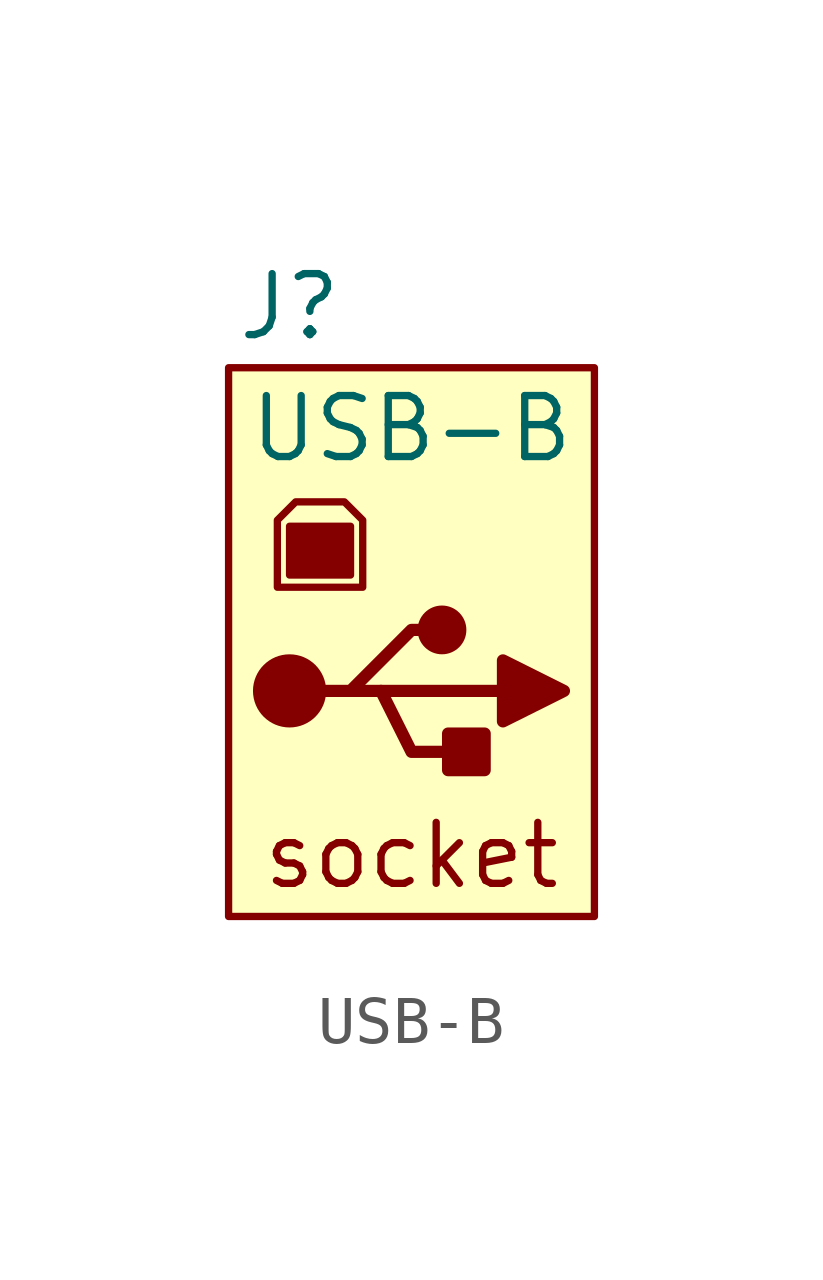
<source format=kicad_sym>
(kicad_symbol_lib
  (version 20231120)
  (generator "kicad_symbol_editor")
  (generator_version "8.0")
  (symbol "USB-B"
    (pin_names
      (offset 1.016))
    (property "Reference" "J"
      (at 1.27 1.27 0)
      (effects (font (size 1.27 1.27))))
    (property "Value" "USB-B"
      (at 3.81 -1.27 0)
      (effects (font (size 1.27 1.27))))
    (symbol "USB-B_0_0"
      (rectangle (start 0 0) (end 7.62 -11.43) (stroke (width 0) (type solid)) (fill (type background)))
      (text "socket" (at 3.81 -10.16 0) (effects (font (size 1.27 1.27)))))
    (symbol "USB-B_1_1"
      (polyline (pts (xy 3.175 -6.731) (xy 5.715 -6.731)) (stroke (width 0.254) (type solid)) (fill (type none)))
      (polyline (pts (xy 1.905 -6.731) (xy 2.54 -6.731) (xy 3.81 -5.461) (xy 4.445 -5.461)) (stroke (width 0.254) (type solid)) (fill (type none)))
      (polyline (pts (xy 2.54 -6.731) (xy 3.175 -6.731) (xy 3.81 -8.001) (xy 5.08 -8.001)) (stroke (width 0.254) (type solid)) (fill (type none)))
      (polyline (pts (xy 5.715 -6.096) (xy 5.715 -7.366) (xy 6.985 -6.731) (xy 5.715 -6.096)) (stroke (width 0.254) (type solid)) (fill (type outline)))
      (polyline (pts (xy 1.016 -4.572) (xy 2.794 -4.572) (xy 2.794 -3.175) (xy 2.413 -2.794) (xy 1.397 -2.794) (xy 1.016 -3.175) (xy 1.016 -4.572)) (stroke (width 0) (type solid)) (fill (type none)))
      (circle (center 1.27 -6.731) (radius 0.635) (stroke (width 0.254) (type solid)) (fill (type outline)))
      (rectangle (start 1.27 -3.302) (end 2.54 -4.318) (stroke (width 0) (type solid)) (fill (type outline)))
      (circle (center 4.445 -5.461) (radius 0.381) (stroke (width 0.254) (type solid)) (fill (type outline)))
      (rectangle (start 5.334 -7.62) (end 4.572 -8.382) (stroke (width 0.254) (type solid)) (fill (type outline))))))
</source>
